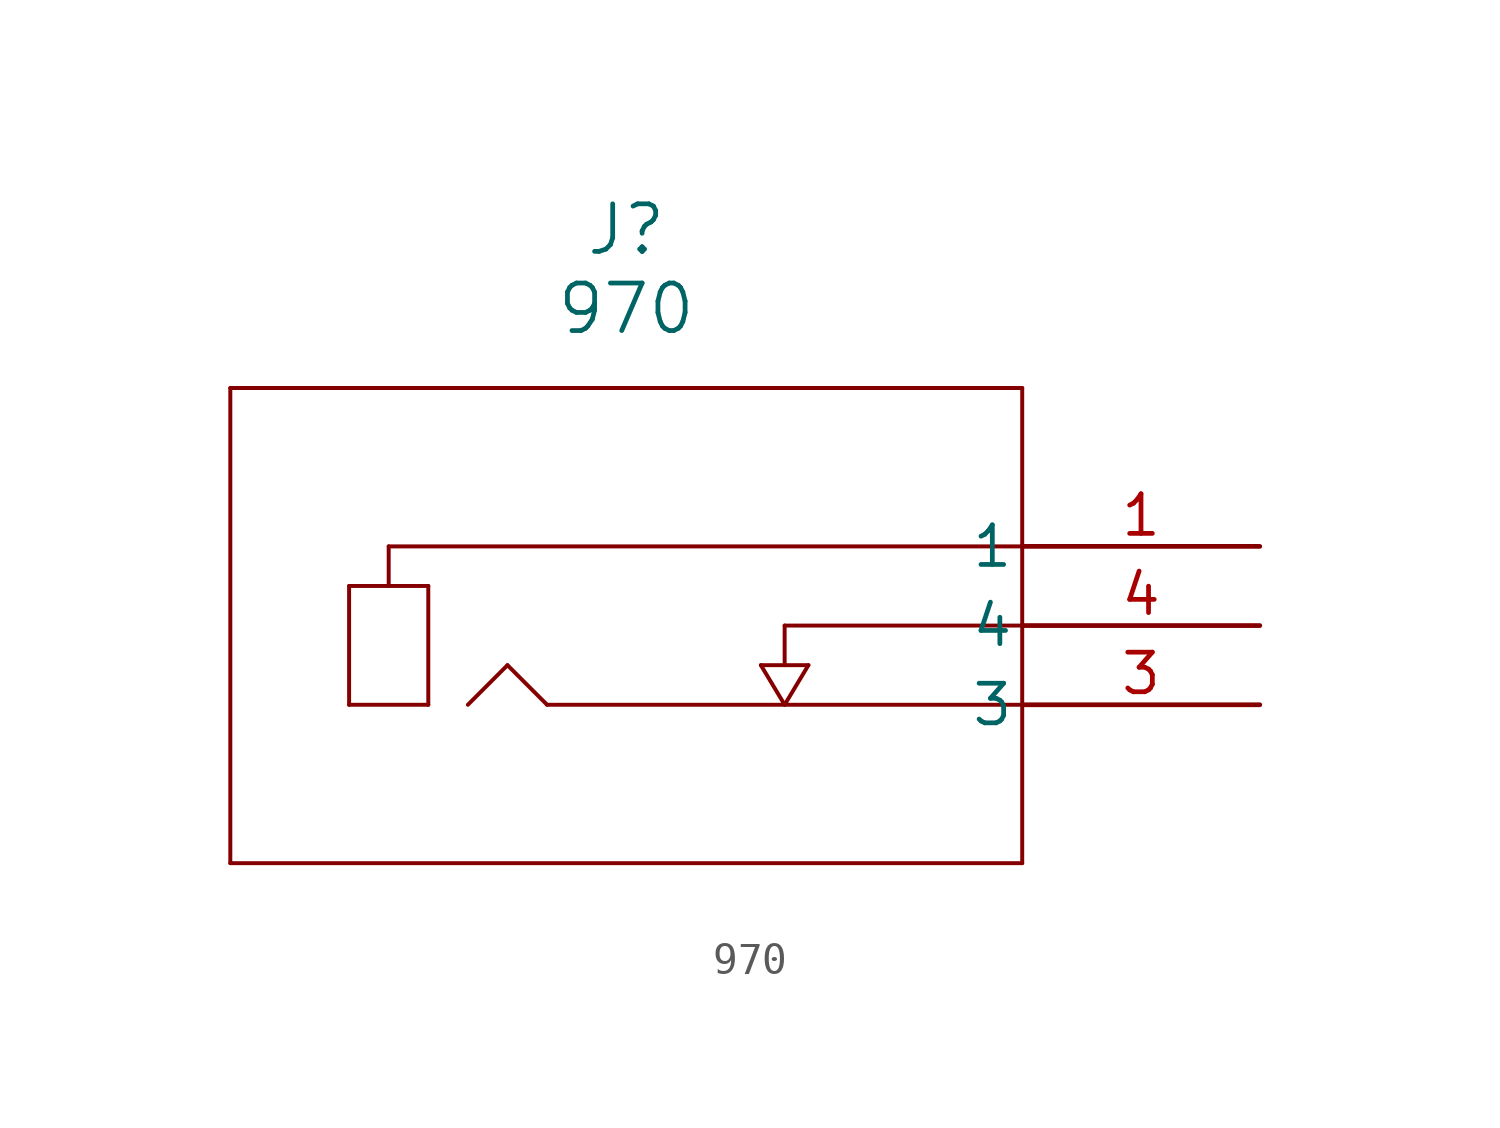
<source format=kicad_sym>
(kicad_symbol_lib
  (version 20231120)
  (generator "kicad_symbol_editor")
  (generator_version "8.0")
  (symbol "970"
    (pin_names
      (offset 0.254))
    (property "Reference" "J"
      (at -20.32 10.16 0)
      (effects (font (size 1.524 1.524))))
    (property "Value" "970"
      (at -20.32 7.62 0)
      (effects (font (size 1.524 1.524))))
    (property "ki_locked" ""
      (at 0 0 0)
      (effects (font (size 1.27 1.27))))
    (symbol "970_0_1"
      (polyline (pts (xy -33.02 -10.16) (xy -7.62 -10.16)) (stroke (width 0.127) (type default)) (fill (type none)))
      (polyline (pts (xy -33.02 5.08) (xy -33.02 -10.16)) (stroke (width 0.127) (type default)) (fill (type none)))
      (polyline (pts (xy -29.21 -5.08) (xy -29.21 -1.27)) (stroke (width 0.127) (type default)) (fill (type none)))
      (polyline (pts (xy -29.21 -1.27) (xy -26.67 -1.27)) (stroke (width 0.127) (type default)) (fill (type none)))
      (polyline (pts (xy -27.94 0) (xy -27.94 -1.27)) (stroke (width 0.127) (type default)) (fill (type none)))
      (polyline (pts (xy -26.67 -5.08) (xy -29.21 -5.08)) (stroke (width 0.127) (type default)) (fill (type none)))
      (polyline (pts (xy -26.67 -1.27) (xy -26.67 -5.08)) (stroke (width 0.127) (type default)) (fill (type none)))
      (polyline (pts (xy -25.4 -5.08) (xy -24.13 -3.81)) (stroke (width 0.127) (type default)) (fill (type none)))
      (polyline (pts (xy -24.13 -3.81) (xy -22.86 -5.08)) (stroke (width 0.127) (type default)) (fill (type none)))
      (polyline (pts (xy -16.002 -3.81) (xy -14.478 -3.81)) (stroke (width 0.127) (type default)) (fill (type none)))
      (polyline (pts (xy -15.24 -5.08) (xy -16.002 -3.81)) (stroke (width 0.127) (type default)) (fill (type none)))
      (polyline (pts (xy -15.24 -2.54) (xy -15.24 -3.81)) (stroke (width 0.127) (type default)) (fill (type none)))
      (polyline (pts (xy -14.478 -3.81) (xy -15.24 -5.08)) (stroke (width 0.127) (type default)) (fill (type none)))
      (polyline (pts (xy -7.62 -10.16) (xy -7.62 5.08)) (stroke (width 0.127) (type default)) (fill (type none)))
      (polyline (pts (xy -7.62 -5.08) (xy -22.86 -5.08)) (stroke (width 0.127) (type default)) (fill (type none)))
      (polyline (pts (xy -7.62 -2.54) (xy -15.24 -2.54)) (stroke (width 0.127) (type default)) (fill (type none)))
      (polyline (pts (xy -7.62 0) (xy -27.94 0)) (stroke (width 0.127) (type default)) (fill (type none)))
      (polyline (pts (xy -7.62 5.08) (xy -33.02 5.08)) (stroke (width 0.127) (type default)) (fill (type none))))
    (symbol "970_1_1"
      (pin passive line (at 0 0 180) (length 7.62) (name "1" (effects (font (size 1.27 1.27)))) (number "1" (effects (font (size 1.27 1.27)))))
      (pin passive line (at 0 -5.08 180) (length 7.62) (name "3" (effects (font (size 1.27 1.27)))) (number "3" (effects (font (size 1.27 1.27)))))
      (pin passive line (at 0 -2.54 180) (length 7.62) (name "4" (effects (font (size 1.27 1.27)))) (number "4" (effects (font (size 1.27 1.27))))))))
</source>
